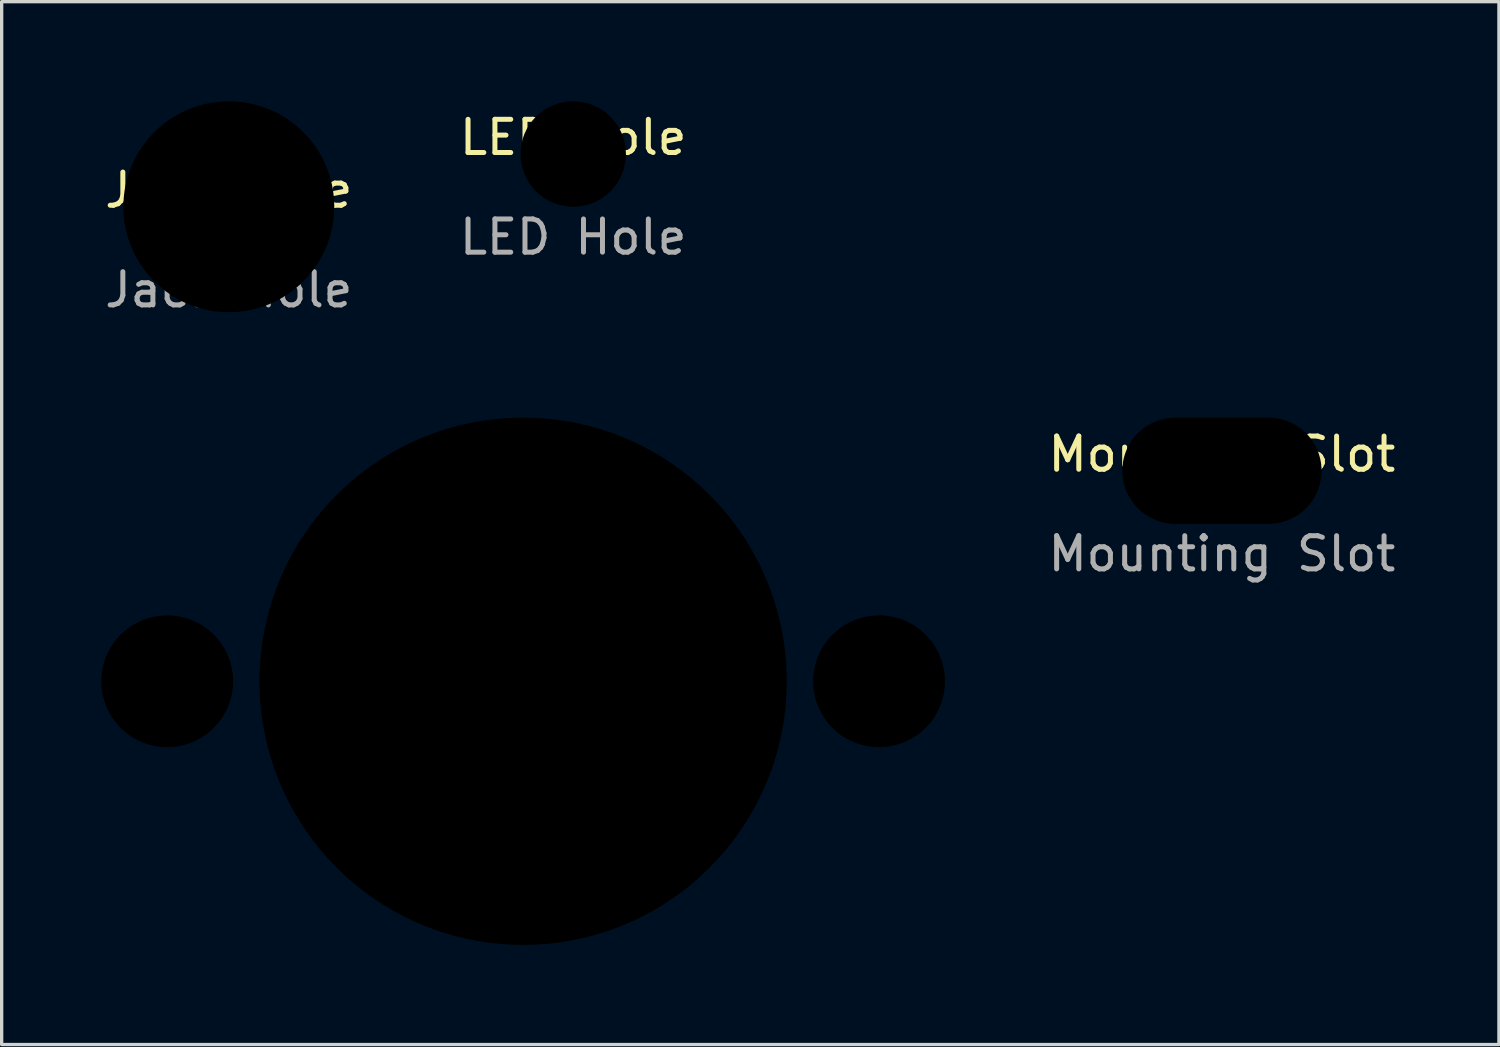
<source format=kicad_pcb>
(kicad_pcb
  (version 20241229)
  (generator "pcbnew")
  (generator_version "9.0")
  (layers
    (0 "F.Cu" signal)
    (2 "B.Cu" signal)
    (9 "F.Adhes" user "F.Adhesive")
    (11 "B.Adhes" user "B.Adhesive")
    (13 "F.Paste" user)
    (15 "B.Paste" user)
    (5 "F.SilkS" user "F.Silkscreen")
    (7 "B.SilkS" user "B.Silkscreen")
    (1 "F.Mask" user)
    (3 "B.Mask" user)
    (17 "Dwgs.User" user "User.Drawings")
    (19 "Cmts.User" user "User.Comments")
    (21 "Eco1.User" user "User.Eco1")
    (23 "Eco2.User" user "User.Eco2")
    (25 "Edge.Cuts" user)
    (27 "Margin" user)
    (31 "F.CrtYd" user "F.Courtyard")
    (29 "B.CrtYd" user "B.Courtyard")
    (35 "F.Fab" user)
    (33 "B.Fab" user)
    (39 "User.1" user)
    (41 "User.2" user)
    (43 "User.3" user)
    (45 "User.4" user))
  (footprint "Mounting Slot"
    (layer "F.Cu")
    (at 33.739 11.123)
    (property "Reference" "Mounting Slot" (at 0 -0.5 0) (unlocked yes) (layer "F.SilkS") (effects (font (size 1 1) (thickness 0.15))))
    (attr through_hole)
    (fp_text user "${REFERENCE}" (at 0 2.5 0) (unlocked yes) (layer "F.Fab") (effects (font (size 1 1) (thickness 0.15))))
    (pad "" np_thru_hole oval (at 0 0) (size 6 3.2) (drill oval 6 3.2) (layers "*.Mask")))
  (footprint "LED Hole"
    (layer "F.Cu")
    (at 14.208 1.587)
    (property "Reference" "LED Hole" (at 0 -0.5 0) (unlocked yes) (layer "F.SilkS") (effects (font (size 1 1) (thickness 0.15))))
    (attr through_hole)
    (fp_text user "${REFERENCE}" (at 0 2.5 0) (unlocked yes) (layer "F.Fab") (effects (font (size 1 1) (thickness 0.15))))
    (pad "" np_thru_hole circle (at 0 0) (size 3.175 3.175) (drill 3.175) (layers "*.Mask")))
  (footprint "Jack Hole"
    (layer "F.Cu")
    (at 3.839 3.175)
    (property "Reference" "Jack Hole" (at 0 -0.5 0) (unlocked yes) (layer "F.SilkS") (effects (font (size 1 1) (thickness 0.15))))
    (attr through_hole)
    (fp_text user "${REFERENCE}" (at 0 2.5 0) (unlocked yes) (layer "F.Fab") (effects (font (size 1 1) (thickness 0.15))))
    (pad "" np_thru_hole circle (at 0 0) (size 6.35 6.35) (drill 6.35) (layers "*.Mask")))
  (footprint "MIDI Jack"
    (layer "F.Cu")
    (at 12.7 17.461)
    (property "Reference" "MIDI Jack" (at 0 -0.5 0) (unlocked yes) (layer "F.SilkS") (effects (font (size 1 1) (thickness 0.15))))
    (attr through_hole)
    (fp_text user "${REFERENCE}" (at 0 2.5 0) (unlocked yes) (layer "F.Fab") (effects (font (size 1 1) (thickness 0.15))))
    (pad "" np_thru_hole circle (at -10.716 0) (size 3.969 3.969) (drill 3.969) (layers "*.Mask"))
    (pad "" np_thru_hole circle (at 0 0) (size 15.875 15.875) (drill 15.875) (layers "*.Mask"))
    (pad "" np_thru_hole circle (at 10.716 0) (size 3.969 3.969) (drill 3.969) (layers "*.Mask")))
  (gr_rect
    (start -3 -3)
    (end 42.079 28.398)
    (stroke (width 0.1) (type default))
    (fill no)
    (layer "Edge.Cuts")))
</source>
